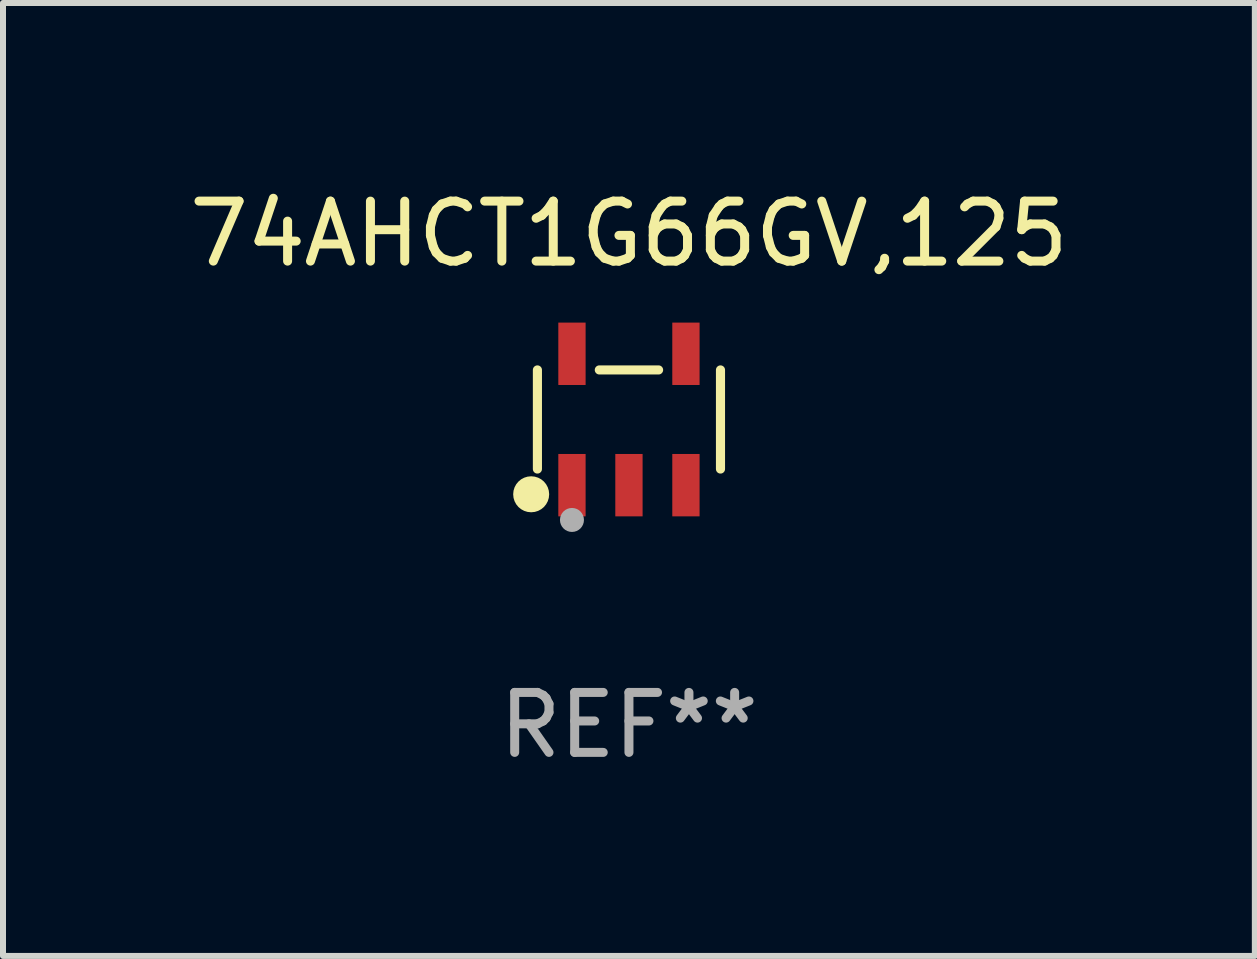
<source format=kicad_pcb>
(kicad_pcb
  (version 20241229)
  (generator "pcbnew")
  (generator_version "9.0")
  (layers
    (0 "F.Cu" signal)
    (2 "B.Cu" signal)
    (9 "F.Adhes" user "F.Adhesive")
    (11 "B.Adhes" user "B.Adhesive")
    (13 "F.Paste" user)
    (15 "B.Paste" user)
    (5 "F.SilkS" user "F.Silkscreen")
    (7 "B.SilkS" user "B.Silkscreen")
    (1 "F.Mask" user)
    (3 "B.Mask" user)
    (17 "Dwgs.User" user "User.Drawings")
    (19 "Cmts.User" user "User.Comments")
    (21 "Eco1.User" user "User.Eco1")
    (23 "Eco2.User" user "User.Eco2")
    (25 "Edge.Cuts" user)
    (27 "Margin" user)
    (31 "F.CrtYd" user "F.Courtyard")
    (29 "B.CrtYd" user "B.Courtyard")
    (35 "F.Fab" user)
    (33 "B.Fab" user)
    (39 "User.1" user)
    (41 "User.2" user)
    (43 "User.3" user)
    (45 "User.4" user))
  (footprint "74AHCT1G66GV,125"
    (layer "F.Cu")
    (at 7.435 3.943)
    (property "Reference" "74AHCT1G66GV,125" (at 0 -3.095 0) (layer "F.SilkS") (effects (font (size 1 1) (thickness 0.15))))
    (attr through_hole)
    (fp_line (start -1.526 0.826) (end -1.526 -0.826) (stroke (width 0.152) (type solid)) (layer "F.SilkS"))
    (fp_line (start 0.494 -0.826) (end -0.494 -0.826) (stroke (width 0.152) (type solid)) (layer "F.SilkS"))
    (fp_line (start 1.526 0.826) (end 1.526 -0.826) (stroke (width 0.152) (type solid)) (layer "F.SilkS"))
    (fp_circle (center -1.63 1.247) (end -1.48 1.247) (stroke (width 0.3) (type solid)) (fill no) (layer "F.SilkS"))
    (fp_circle (center -1.45 1.375) (end -1.42 1.375) (stroke (width 0.06) (type solid)) (fill no) (layer "F.SilkS"))
    (fp_circle (center -0.95 1.675) (end -0.85 1.675) (stroke (width 0.2) (type solid)) (fill no) (layer "F.Fab"))
    (fp_text user "REF**" (at 0 5.095 0) (layer "F.Fab") (effects (font (size 1 1) (thickness 0.15))))
    (pad "1" smd rect (at -0.95 1.095) (size 0.455 1.04) (layers "F.Cu" "F.Mask" "F.Paste"))
    (pad "2" smd rect (at 0 1.095) (size 0.455 1.04) (layers "F.Cu" "F.Mask" "F.Paste"))
    (pad "3" smd rect (at 0.95 1.095) (size 0.455 1.04) (layers "F.Cu" "F.Mask" "F.Paste"))
    (pad "4" smd rect (at 0.95 -1.095) (size 0.455 1.04) (layers "F.Cu" "F.Mask" "F.Paste"))
    (pad "5" smd rect (at -0.95 -1.095) (size 0.455 1.04) (layers "F.Cu" "F.Mask" "F.Paste")))
  (gr_rect
    (start -3 -3)
    (end 17.869 12.886)
    (stroke (width 0.1) (type default))
    (fill no)
    (layer "Edge.Cuts")))
</source>
